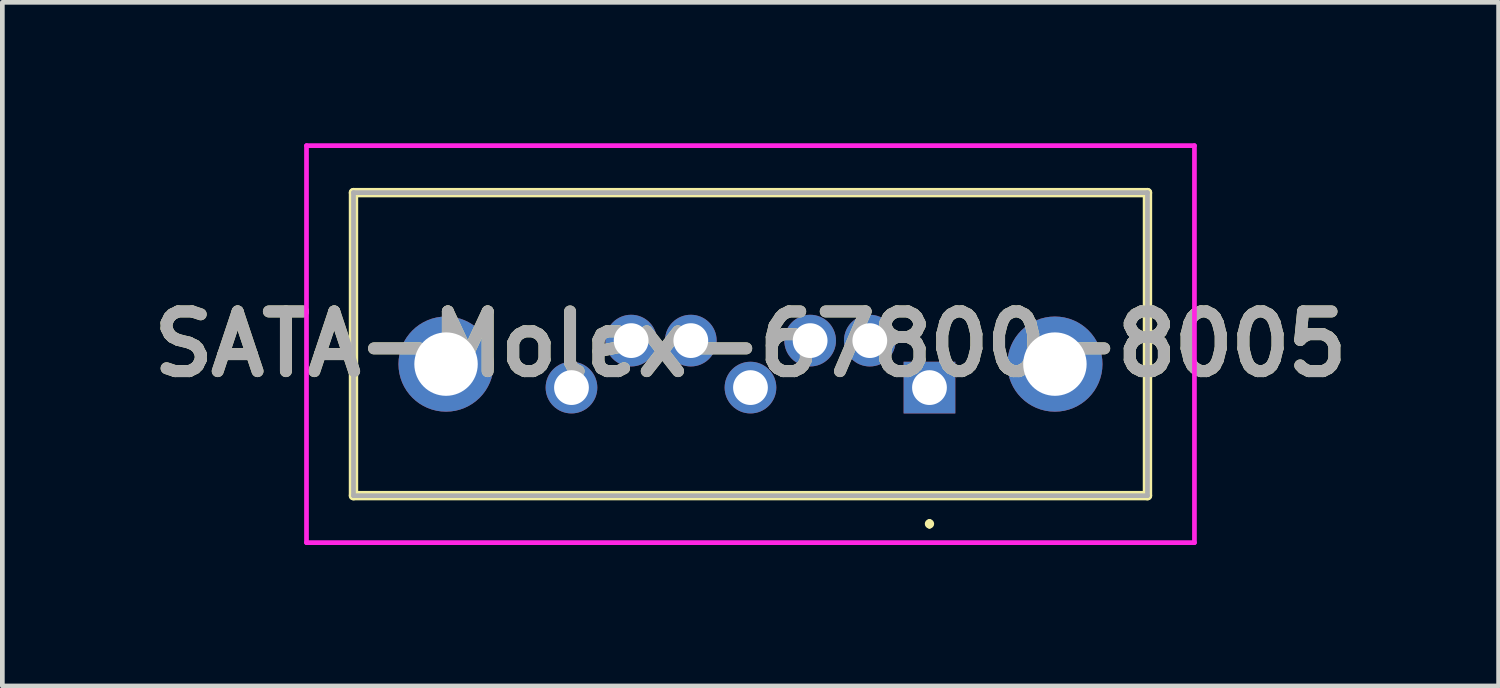
<source format=kicad_pcb>
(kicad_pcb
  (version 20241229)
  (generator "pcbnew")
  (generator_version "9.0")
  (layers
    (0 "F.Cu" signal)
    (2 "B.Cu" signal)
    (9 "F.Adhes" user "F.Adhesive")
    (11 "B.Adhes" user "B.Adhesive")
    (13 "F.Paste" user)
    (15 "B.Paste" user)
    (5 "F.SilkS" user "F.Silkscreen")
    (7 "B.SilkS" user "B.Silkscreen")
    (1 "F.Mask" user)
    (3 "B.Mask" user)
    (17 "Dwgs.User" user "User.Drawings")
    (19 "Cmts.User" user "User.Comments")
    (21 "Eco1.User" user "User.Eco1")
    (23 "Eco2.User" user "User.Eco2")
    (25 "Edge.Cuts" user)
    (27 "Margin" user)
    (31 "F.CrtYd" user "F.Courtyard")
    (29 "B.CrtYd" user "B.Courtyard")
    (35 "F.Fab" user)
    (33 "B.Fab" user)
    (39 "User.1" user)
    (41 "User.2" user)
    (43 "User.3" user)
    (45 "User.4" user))
  (footprint "SATA-Molex-67800-8005"
    (layer "F.Cu")
    (at 16.734 5.2)
    (property "Reference" "SATA-Molex-67800-8005" (at -3.81 -0.925 0) (layer "F.SilkS") (effects (font (size 1.27 1.27) (thickness 0.254))))
    (attr through_hole)
    (fp_line (start -12.26 -4.15) (end 4.64 -4.15) (stroke (width 0.2) (type solid)) (layer "F.SilkS"))
    (fp_line (start -12.26 2.3) (end -12.26 -4.15) (stroke (width 0.2) (type solid)) (layer "F.SilkS"))
    (fp_line (start 0 2.85) (end 0 2.85) (stroke (width 0.1) (type solid)) (layer "F.SilkS"))
    (fp_line (start 0 2.95) (end 0 2.95) (stroke (width 0.1) (type solid)) (layer "F.SilkS"))
    (fp_line (start 4.64 -4.15) (end 4.64 2.3) (stroke (width 0.2) (type solid)) (layer "F.SilkS"))
    (fp_line (start 4.64 2.3) (end -12.26 2.3) (stroke (width 0.2) (type solid)) (layer "F.SilkS"))
    (fp_arc (start 0 2.85) (mid 0.05 2.9) (end 0 2.95) (stroke (width 0.1) (type solid)) (layer "F.SilkS"))
    (fp_arc (start 0 2.95) (mid -0.05 2.9) (end 0 2.85) (stroke (width 0.1) (type solid)) (layer "F.SilkS"))
    (fp_line (start -13.26 -5.15) (end 5.64 -5.15) (stroke (width 0.1) (type solid)) (layer "F.CrtYd"))
    (fp_line (start -13.26 3.3) (end -13.26 -5.15) (stroke (width 0.1) (type solid)) (layer "F.CrtYd"))
    (fp_line (start 5.64 -5.15) (end 5.64 3.3) (stroke (width 0.1) (type solid)) (layer "F.CrtYd"))
    (fp_line (start 5.64 3.3) (end -13.26 3.3) (stroke (width 0.1) (type solid)) (layer "F.CrtYd"))
    (fp_line (start -12.26 -4.15) (end 4.64 -4.15) (stroke (width 0.1) (type solid)) (layer "F.Fab"))
    (fp_line (start -12.26 2.3) (end -12.26 -4.15) (stroke (width 0.1) (type solid)) (layer "F.Fab"))
    (fp_line (start 4.64 -4.15) (end 4.64 2.3) (stroke (width 0.1) (type solid)) (layer "F.Fab"))
    (fp_line (start 4.64 2.3) (end -12.26 2.3) (stroke (width 0.1) (type solid)) (layer "F.Fab"))
    (fp_text user "${REFERENCE}" (at -3.81 -0.925 0) (layer "F.Fab") (effects (font (size 1.27 1.27) (thickness 0.254))))
    (pad "1" thru_hole rect (at 0 0) (size 1.1 1.1) (drill 0.74) (layers "*.Cu" "*.Mask"))
    (pad "2" thru_hole circle (at -1.27 -1) (size 1.1 1.1) (drill 0.74) (layers "*.Cu" "*.Mask"))
    (pad "3" thru_hole circle (at -2.54 -1) (size 1.1 1.1) (drill 0.74) (layers "*.Cu" "*.Mask"))
    (pad "4" thru_hole circle (at -3.81 0) (size 1.1 1.1) (drill 0.74) (layers "*.Cu" "*.Mask"))
    (pad "5" thru_hole circle (at -5.08 -1) (size 1.1 1.1) (drill 0.74) (layers "*.Cu" "*.Mask"))
    (pad "6" thru_hole circle (at -6.35 -1) (size 1.1 1.1) (drill 0.74) (layers "*.Cu" "*.Mask"))
    (pad "7" thru_hole circle (at -7.62 0) (size 1.1 1.1) (drill 0.74) (layers "*.Cu" "*.Mask"))
    (pad "MH1" thru_hole circle (at 2.67 -0.5) (size 2.025 2.025) (drill 1.35) (layers "*.Cu" "*.Mask"))
    (pad "MH2" thru_hole circle (at -10.29 -0.5) (size 2.025 2.025) (drill 1.35) (layers "*.Cu" "*.Mask")))
  (gr_rect
    (start -3 -3)
    (end 28.848 11.55)
    (stroke (width 0.1) (type default))
    (fill no)
    (layer "Edge.Cuts")))
</source>
